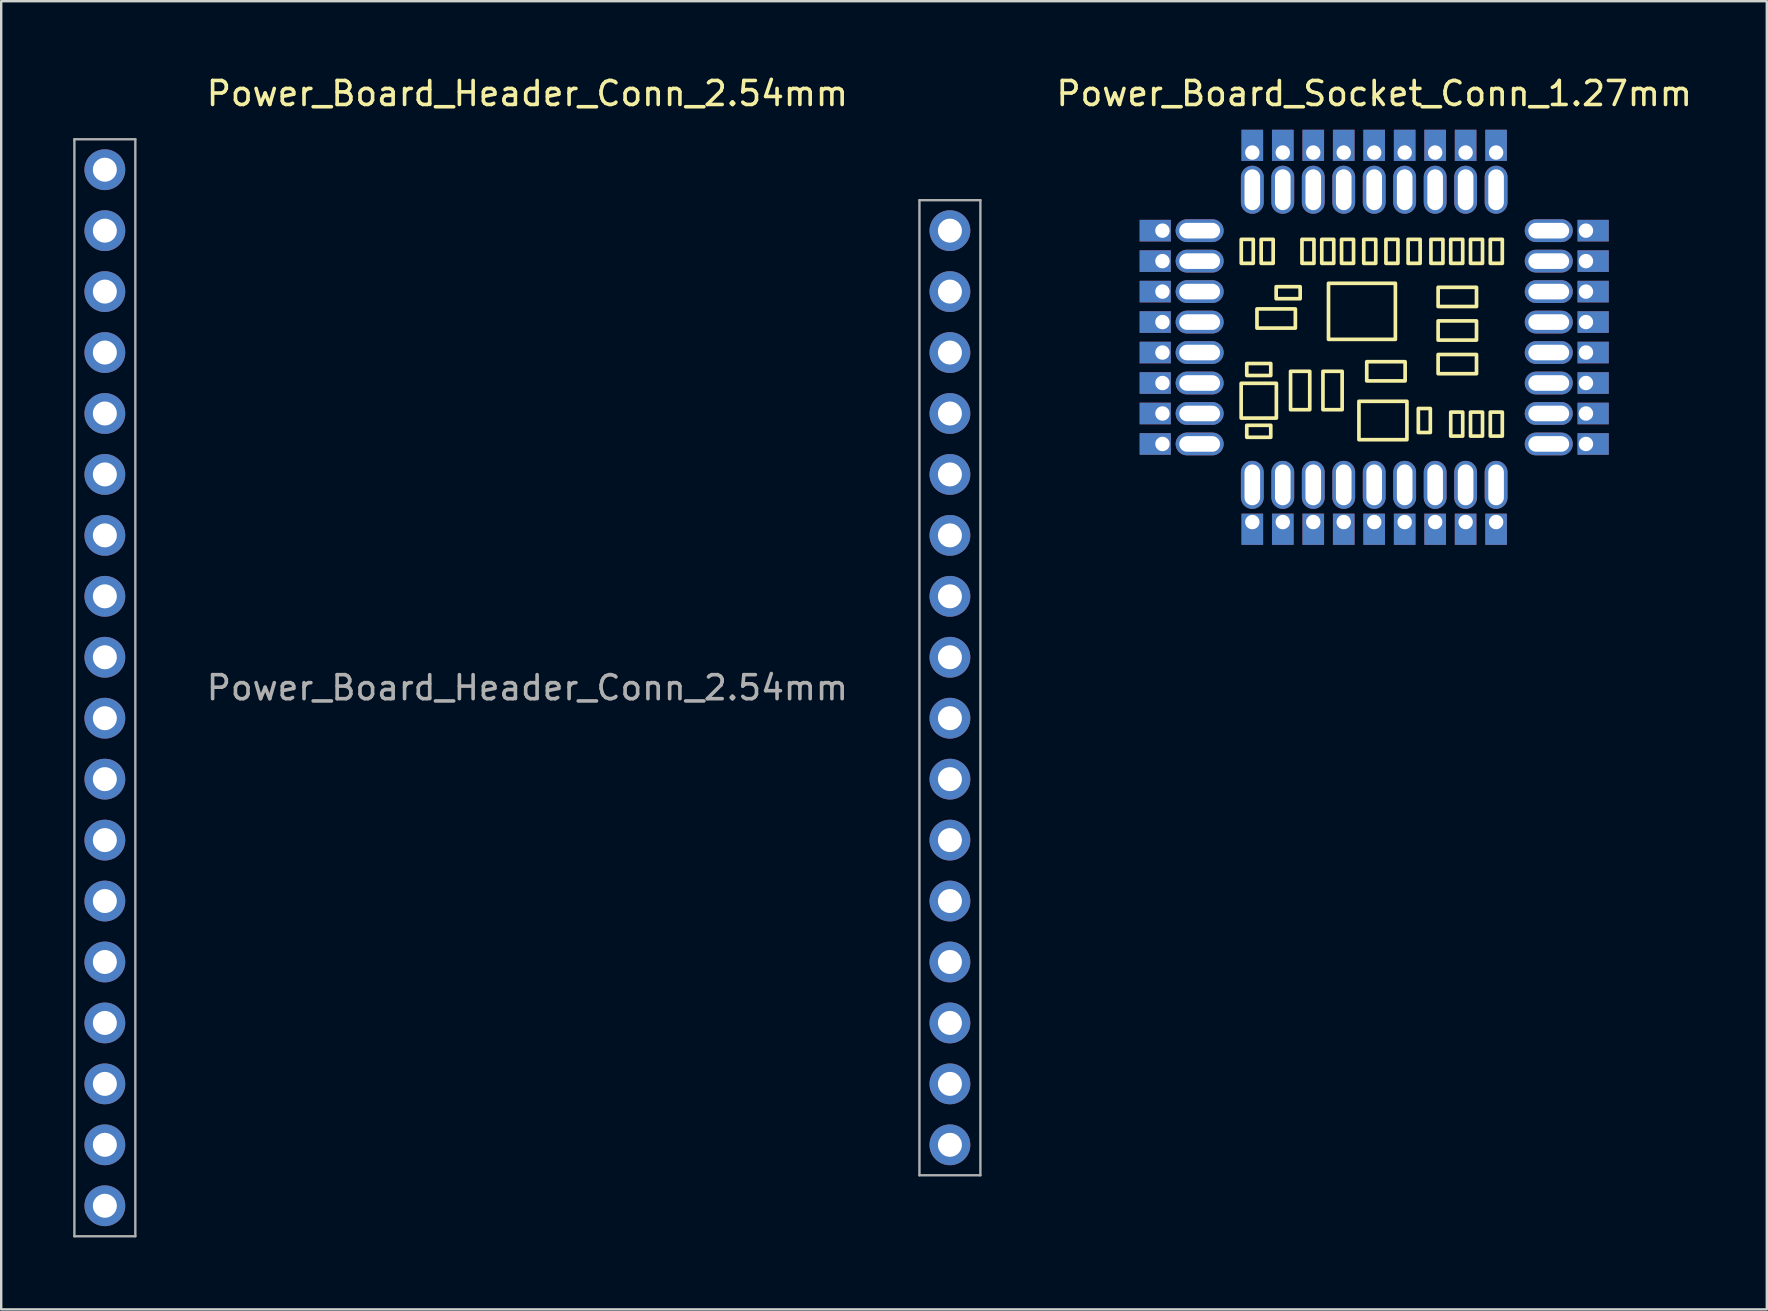
<source format=kicad_pcb>
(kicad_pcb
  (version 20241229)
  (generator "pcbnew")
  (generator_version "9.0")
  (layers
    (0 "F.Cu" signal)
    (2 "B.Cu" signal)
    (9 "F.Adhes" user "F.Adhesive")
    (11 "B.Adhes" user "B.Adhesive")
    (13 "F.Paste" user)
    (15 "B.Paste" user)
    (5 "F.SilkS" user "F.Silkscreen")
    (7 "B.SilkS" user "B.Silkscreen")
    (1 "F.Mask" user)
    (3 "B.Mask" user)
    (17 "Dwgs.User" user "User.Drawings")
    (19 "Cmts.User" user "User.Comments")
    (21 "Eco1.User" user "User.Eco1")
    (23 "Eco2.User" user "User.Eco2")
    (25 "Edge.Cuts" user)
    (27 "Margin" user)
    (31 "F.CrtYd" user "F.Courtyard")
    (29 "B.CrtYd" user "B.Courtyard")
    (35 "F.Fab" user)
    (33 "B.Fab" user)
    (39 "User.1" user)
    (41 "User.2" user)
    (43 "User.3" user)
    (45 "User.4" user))
  (footprint "Power_Board_Header_Conn_2.54mm"
    (layer "F.Cu")
    (at 18.93 25.613)
    (property "Reference" "Power_Board_Header_Conn_2.54mm" (at 0 -24.765 0) (unlocked yes) (layer "F.SilkS") (effects (font (size 1 1) (thickness 0.15))))
    (attr smd)
    (fp_line (start -18.88 -22.86) (end -16.34 -22.86) (stroke (width 0.1) (type solid)) (layer "F.Fab"))
    (fp_line (start -18.88 22.86) (end -18.88 -22.86) (stroke (width 0.1) (type solid)) (layer "F.Fab"))
    (fp_line (start -16.34 -22.86) (end -16.34 22.86) (stroke (width 0.1) (type solid)) (layer "F.Fab"))
    (fp_line (start -16.34 22.86) (end -18.88 22.86) (stroke (width 0.1) (type solid)) (layer "F.Fab"))
    (fp_line (start 16.34 -20.32) (end 18.88 -20.32) (stroke (width 0.1) (type solid)) (layer "F.Fab"))
    (fp_line (start 16.34 20.32) (end 16.34 -20.32) (stroke (width 0.1) (type solid)) (layer "F.Fab"))
    (fp_line (start 18.88 -20.32) (end 18.88 20.32) (stroke (width 0.1) (type solid)) (layer "F.Fab"))
    (fp_line (start 18.88 20.32) (end 16.34 20.32) (stroke (width 0.1) (type solid)) (layer "F.Fab"))
    (fp_text user "${REFERENCE}" (at 0 0 0) (layer "F.Fab") (effects (font (size 1 1) (thickness 0.15))))
    (pad "1" thru_hole oval (at -17.61 -8.89) (size 1.7 1.7) (drill 1) (layers "*.Cu" "*.Mask"))
    (pad "2" thru_hole oval (at -17.61 -6.35) (size 1.7 1.7) (drill 1) (layers "*.Cu" "*.Mask"))
    (pad "3" thru_hole oval (at -17.61 -3.81) (size 1.7 1.7) (drill 1) (layers "*.Cu" "*.Mask"))
    (pad "4" thru_hole oval (at -17.61 -1.27) (size 1.7 1.7) (drill 1) (layers "*.Cu" "*.Mask"))
    (pad "5" thru_hole oval (at -17.61 1.27) (size 1.7 1.7) (drill 1) (layers "*.Cu" "*.Mask"))
    (pad "6" thru_hole oval (at -17.61 3.81) (size 1.7 1.7) (drill 1) (layers "*.Cu" "*.Mask"))
    (pad "7" thru_hole oval (at -17.61 6.35) (size 1.7 1.7) (drill 1) (layers "*.Cu" "*.Mask"))
    (pad "8" thru_hole oval (at -17.61 8.89) (size 1.7 1.7) (drill 1) (layers "*.Cu" "*.Mask"))
    (pad "9" thru_hole oval (at -17.61 11.43) (size 1.7 1.7) (drill 1) (layers "*.Cu" "*.Mask"))
    (pad "10" thru_hole oval (at -17.61 13.97) (size 1.7 1.7) (drill 1) (layers "*.Cu" "*.Mask"))
    (pad "11" thru_hole oval (at -17.61 16.51) (size 1.7 1.7) (drill 1) (layers "*.Cu" "*.Mask"))
    (pad "12" thru_hole oval (at -17.61 19.05) (size 1.7 1.7) (drill 1) (layers "*.Cu" "*.Mask"))
    (pad "13" thru_hole oval (at -17.61 21.59) (size 1.7 1.7) (drill 1) (layers "*.Cu" "*.Mask"))
    (pad "14" thru_hole oval (at 17.61 19.05) (size 1.7 1.7) (drill 1) (layers "*.Cu" "*.Mask"))
    (pad "15" thru_hole oval (at 17.61 16.51) (size 1.7 1.7) (drill 1) (layers "*.Cu" "*.Mask"))
    (pad "16" thru_hole oval (at 17.61 13.97) (size 1.7 1.7) (drill 1) (layers "*.Cu" "*.Mask"))
    (pad "17" thru_hole oval (at 17.61 11.43) (size 1.7 1.7) (drill 1) (layers "*.Cu" "*.Mask"))
    (pad "18" thru_hole oval (at 17.61 8.89) (size 1.7 1.7) (drill 1) (layers "*.Cu" "*.Mask"))
    (pad "19" thru_hole oval (at 17.61 6.35) (size 1.7 1.7) (drill 1) (layers "*.Cu" "*.Mask"))
    (pad "20" thru_hole oval (at 17.61 3.81) (size 1.7 1.7) (drill 1) (layers "*.Cu" "*.Mask"))
    (pad "21" thru_hole oval (at 17.61 1.27) (size 1.7 1.7) (drill 1) (layers "*.Cu" "*.Mask"))
    (pad "22" thru_hole oval (at 17.61 -1.27) (size 1.7 1.7) (drill 1) (layers "*.Cu" "*.Mask"))
    (pad "23" thru_hole oval (at 17.61 -3.81) (size 1.7 1.7) (drill 1) (layers "*.Cu" "*.Mask"))
    (pad "24" thru_hole oval (at 17.61 -6.35) (size 1.7 1.7) (drill 1) (layers "*.Cu" "*.Mask"))
    (pad "25" thru_hole oval (at 17.61 -8.89) (size 1.7 1.7) (drill 1) (layers "*.Cu" "*.Mask"))
    (pad "26" thru_hole oval (at 17.61 -11.43) (size 1.7 1.7) (drill 1) (layers "*.Cu" "*.Mask"))
    (pad "27" thru_hole oval (at 17.61 -13.97) (size 1.7 1.7) (drill 1) (layers "*.Cu" "*.Mask"))
    (pad "28" thru_hole oval (at 17.61 -16.51) (size 1.7 1.7) (drill 1) (layers "*.Cu" "*.Mask"))
    (pad "29" thru_hole oval (at 17.61 -19.05) (size 1.7 1.7) (drill 1) (layers "*.Cu" "*.Mask"))
    (pad "30" thru_hole oval (at -17.61 -21.59) (size 1.7 1.7) (drill 1) (layers "*.Cu" "*.Mask"))
    (pad "31" thru_hole oval (at -17.61 -19.05) (size 1.7 1.7) (drill 1) (layers "*.Cu" "*.Mask"))
    (pad "32" thru_hole oval (at -17.61 -16.51) (size 1.7 1.7) (drill 1) (layers "*.Cu" "*.Mask"))
    (pad "33" thru_hole oval (at -17.61 -13.97) (size 1.7 1.7) (drill 1) (layers "*.Cu" "*.Mask"))
    (pad "34" thru_hole oval (at -17.61 -11.43) (size 1.7 1.7) (drill 1) (layers "*.Cu" "*.Mask")))
  (footprint "Power_Board_Socket_Conn_1.27mm"
    (layer "F.Cu")
    (at 54.223 11.008)
    (property "Reference" "Power_Board_Socket_Conn_1.27mm" (at 0 -10.16 0) (unlocked yes) (layer "F.SilkS") (effects (font (size 1 1) (thickness 0.15))))
    (attr smd)
    (fp_poly (pts (xy -5.041 -3.083) (xy -5.541 -3.083) (xy -5.541 -4.083) (xy -5.041 -4.083)) (stroke (width 0.153) (type solid)) (fill no) (layer "F.SilkS"))
    (fp_poly (pts (xy -4.311 1.592) (xy -5.311 1.592) (xy -5.311 1.092) (xy -4.311 1.092)) (stroke (width 0.153) (type solid)) (fill no) (layer "F.SilkS"))
    (fp_poly (pts (xy -4.311 4.167) (xy -5.311 4.167) (xy -5.311 3.667) (xy -4.311 3.667)) (stroke (width 0.153) (type solid)) (fill no) (layer "F.SilkS"))
    (fp_poly (pts (xy -4.211 -3.083) (xy -4.711 -3.083) (xy -4.711 -4.083) (xy -4.211 -4.083)) (stroke (width 0.153) (type solid)) (fill no) (layer "F.SilkS"))
    (fp_poly (pts (xy -4.077 3.366) (xy -5.545 3.366) (xy -5.545 1.918) (xy -4.077 1.918)) (stroke (width 0.153) (type solid)) (fill no) (layer "F.SilkS"))
    (fp_poly (pts (xy -3.286 -0.383) (xy -4.886 -0.383) (xy -4.886 -1.183) (xy -3.286 -1.183)) (stroke (width 0.153) (type solid)) (fill no) (layer "F.SilkS"))
    (fp_poly (pts (xy -3.086 -1.608) (xy -4.086 -1.608) (xy -4.086 -2.108) (xy -3.086 -2.108)) (stroke (width 0.153) (type solid)) (fill no) (layer "F.SilkS"))
    (fp_poly (pts (xy -2.686 3.017) (xy -3.486 3.017) (xy -3.486 1.417) (xy -2.686 1.417)) (stroke (width 0.153) (type solid)) (fill no) (layer "F.SilkS"))
    (fp_poly (pts (xy -2.511 -3.083) (xy -3.011 -3.083) (xy -3.011 -4.083) (xy -2.511 -4.083)) (stroke (width 0.153) (type solid)) (fill no) (layer "F.SilkS"))
    (fp_poly (pts (xy -1.686 -3.083) (xy -2.186 -3.083) (xy -2.186 -4.083) (xy -1.686 -4.083)) (stroke (width 0.153) (type solid)) (fill no) (layer "F.SilkS"))
    (fp_poly (pts (xy -1.336 3.017) (xy -2.136 3.017) (xy -2.136 1.417) (xy -1.336 1.417)) (stroke (width 0.153) (type solid)) (fill no) (layer "F.SilkS"))
    (fp_poly (pts (xy -0.861 -3.083) (xy -1.361 -3.083) (xy -1.361 -4.083) (xy -0.861 -4.083)) (stroke (width 0.153) (type solid)) (fill no) (layer "F.SilkS"))
    (fp_poly (pts (xy 0.064 -3.083) (xy -0.436 -3.083) (xy -0.436 -4.083) (xy 0.064 -4.083)) (stroke (width 0.153) (type solid)) (fill no) (layer "F.SilkS"))
    (fp_poly (pts (xy 0.883 0.086) (xy -1.905 0.086) (xy -1.905 -2.252) (xy 0.883 -2.252)) (stroke (width 0.153) (type solid)) (fill no) (layer "F.SilkS"))
    (fp_poly (pts (xy 0.989 -3.083) (xy 0.489 -3.083) (xy 0.489 -4.083) (xy 0.989 -4.083)) (stroke (width 0.153) (type solid)) (fill no) (layer "F.SilkS"))
    (fp_poly (pts (xy 1.289 1.817) (xy -0.311 1.817) (xy -0.311 1.017) (xy 1.289 1.017)) (stroke (width 0.153) (type solid)) (fill no) (layer "F.SilkS"))
    (fp_poly (pts (xy 1.364 4.267) (xy -0.636 4.267) (xy -0.636 2.667) (xy 1.364 2.667)) (stroke (width 0.153) (type solid)) (fill no) (layer "F.SilkS"))
    (fp_poly (pts (xy 1.914 -3.083) (xy 1.414 -3.083) (xy 1.414 -4.083) (xy 1.914 -4.083)) (stroke (width 0.153) (type solid)) (fill no) (layer "F.SilkS"))
    (fp_poly (pts (xy 2.339 3.967) (xy 1.839 3.967) (xy 1.839 2.967) (xy 2.339 2.967)) (stroke (width 0.153) (type solid)) (fill no) (layer "F.SilkS"))
    (fp_poly (pts (xy 2.864 -3.083) (xy 2.364 -3.083) (xy 2.364 -4.083) (xy 2.864 -4.083)) (stroke (width 0.153) (type solid)) (fill no) (layer "F.SilkS"))
    (fp_poly (pts (xy 3.689 -3.083) (xy 3.189 -3.083) (xy 3.189 -4.083) (xy 3.689 -4.083)) (stroke (width 0.153) (type solid)) (fill no) (layer "F.SilkS"))
    (fp_poly (pts (xy 3.689 4.117) (xy 3.189 4.117) (xy 3.189 3.117) (xy 3.689 3.117)) (stroke (width 0.153) (type solid)) (fill no) (layer "F.SilkS"))
    (fp_poly (pts (xy 4.264 -1.283) (xy 2.664 -1.283) (xy 2.664 -2.083) (xy 4.264 -2.083)) (stroke (width 0.153) (type solid)) (fill no) (layer "F.SilkS"))
    (fp_poly (pts (xy 4.264 0.117) (xy 2.664 0.117) (xy 2.664 -0.683) (xy 4.264 -0.683)) (stroke (width 0.153) (type solid)) (fill no) (layer "F.SilkS"))
    (fp_poly (pts (xy 4.264 1.517) (xy 2.664 1.517) (xy 2.664 0.717) (xy 4.264 0.717)) (stroke (width 0.153) (type solid)) (fill no) (layer "F.SilkS"))
    (fp_poly (pts (xy 4.514 -3.083) (xy 4.014 -3.083) (xy 4.014 -4.083) (xy 4.514 -4.083)) (stroke (width 0.153) (type solid)) (fill no) (layer "F.SilkS"))
    (fp_poly (pts (xy 4.514 4.117) (xy 4.014 4.117) (xy 4.014 3.117) (xy 4.514 3.117)) (stroke (width 0.153) (type solid)) (fill no) (layer "F.SilkS"))
    (fp_poly (pts (xy 5.339 -3.083) (xy 4.839 -3.083) (xy 4.839 -4.083) (xy 5.339 -4.083)) (stroke (width 0.153) (type solid)) (fill no) (layer "F.SilkS"))
    (fp_poly (pts (xy 5.339 4.117) (xy 4.839 4.117) (xy 4.839 3.117) (xy 5.339 3.117)) (stroke (width 0.153) (type solid)) (fill no) (layer "F.SilkS"))
    (fp_rect (start -6.925 5.8) (end 6.925 -5.8) (stroke (width 0.1) (type default)) (fill no) (layer "User.1"))
    (pad "1" thru_hole rect (at -8.825 -4.445) (size 1.3 0.9) (drill 0.6 (offset -0.3 0)) (layers "*.Cu" "*.Mask"))
    (pad "1" thru_hole oval (at -7.275 -4.445) (size 2 0.95) (drill oval 1.7 0.65) (layers "*.Cu" "*.Mask"))
    (pad "2" thru_hole rect (at -8.825 -3.175) (size 1.3 0.9) (drill 0.6 (offset -0.3 0)) (layers "*.Cu" "*.Mask"))
    (pad "2" thru_hole oval (at -7.275 -3.175) (size 2 0.95) (drill oval 1.7 0.65) (layers "*.Cu" "*.Mask"))
    (pad "3" thru_hole rect (at -8.825 -1.905) (size 1.3 0.9) (drill 0.6 (offset -0.3 0)) (layers "*.Cu" "*.Mask"))
    (pad "3" thru_hole oval (at -7.275 -1.905) (size 2 0.95) (drill oval 1.7 0.65) (layers "*.Cu" "*.Mask"))
    (pad "4" thru_hole rect (at -8.825 -0.635) (size 1.3 0.9) (drill 0.6 (offset -0.3 0)) (layers "*.Cu" "*.Mask"))
    (pad "4" thru_hole oval (at -7.275 -0.635) (size 2 0.95) (drill oval 1.7 0.65) (layers "*.Cu" "*.Mask"))
    (pad "5" thru_hole rect (at -8.825 0.635) (size 1.3 0.9) (drill 0.6 (offset -0.3 0)) (layers "*.Cu" "*.Mask"))
    (pad "5" thru_hole oval (at -7.275 0.635) (size 2 0.95) (drill oval 1.7 0.65) (layers "*.Cu" "*.Mask"))
    (pad "6" thru_hole rect (at -8.825 1.905) (size 1.3 0.9) (drill 0.6 (offset -0.3 0)) (layers "*.Cu" "*.Mask"))
    (pad "6" thru_hole oval (at -7.275 1.905) (size 2 0.95) (drill oval 1.7 0.65) (layers "*.Cu" "*.Mask"))
    (pad "7" thru_hole rect (at -8.825 3.175) (size 1.3 0.9) (drill 0.6 (offset -0.3 0)) (layers "*.Cu" "*.Mask"))
    (pad "7" thru_hole oval (at -7.275 3.175) (size 2 0.95) (drill oval 1.7 0.65) (layers "*.Cu" "*.Mask"))
    (pad "8" thru_hole rect (at -8.825 4.445) (size 1.3 0.9) (drill 0.6 (offset -0.3 0)) (layers "*.Cu" "*.Mask"))
    (pad "8" thru_hole oval (at -7.275 4.445) (size 2 0.95) (drill oval 1.7 0.65) (layers "*.Cu" "*.Mask"))
    (pad "9" thru_hole oval (at -5.08 6.15 90) (size 2 0.95) (drill oval 1.7 0.65) (layers "*.Cu" "*.Mask"))
    (pad "9" thru_hole rect (at -5.08 7.7 90) (size 1.3 0.9) (drill 0.6 (offset -0.3 0)) (layers "*.Cu" "*.Mask"))
    (pad "10" thru_hole oval (at -3.81 6.15 90) (size 2 0.95) (drill oval 1.7 0.65) (layers "*.Cu" "*.Mask"))
    (pad "10" thru_hole rect (at -3.81 7.7 90) (size 1.3 0.9) (drill 0.6 (offset -0.3 0)) (layers "*.Cu" "*.Mask"))
    (pad "11" thru_hole oval (at -2.54 6.15 90) (size 2 0.95) (drill oval 1.7 0.65) (layers "*.Cu" "*.Mask"))
    (pad "11" thru_hole rect (at -2.54 7.7 90) (size 1.3 0.9) (drill 0.6 (offset -0.3 0)) (layers "*.Cu" "*.Mask"))
    (pad "12" thru_hole oval (at -1.27 6.15 90) (size 2 0.95) (drill oval 1.7 0.65) (layers "*.Cu" "*.Mask"))
    (pad "12" thru_hole rect (at -1.27 7.7 90) (size 1.3 0.9) (drill 0.6 (offset -0.3 0)) (layers "*.Cu" "*.Mask"))
    (pad "13" thru_hole oval (at 0 6.15 90) (size 2 0.95) (drill oval 1.7 0.65) (layers "*.Cu" "*.Mask"))
    (pad "13" thru_hole rect (at 0 7.7 90) (size 1.3 0.9) (drill 0.6 (offset -0.3 0)) (layers "*.Cu" "*.Mask"))
    (pad "14" thru_hole oval (at 1.27 6.15 90) (size 2 0.95) (drill oval 1.7 0.65) (layers "*.Cu" "*.Mask"))
    (pad "14" thru_hole rect (at 1.27 7.7 90) (size 1.3 0.9) (drill 0.6 (offset -0.3 0)) (layers "*.Cu" "*.Mask"))
    (pad "15" thru_hole oval (at 2.54 6.15 90) (size 2 0.95) (drill oval 1.7 0.65) (layers "*.Cu" "*.Mask"))
    (pad "15" thru_hole rect (at 2.54 7.7 90) (size 1.3 0.9) (drill 0.6 (offset -0.3 0)) (layers "*.Cu" "*.Mask"))
    (pad "16" thru_hole oval (at 3.81 6.15 90) (size 2 0.95) (drill oval 1.7 0.65) (layers "*.Cu" "*.Mask"))
    (pad "16" thru_hole rect (at 3.81 7.7 90) (size 1.3 0.9) (drill 0.6 (offset -0.3 0)) (layers "*.Cu" "*.Mask"))
    (pad "17" thru_hole oval (at 5.08 6.15 90) (size 2 0.95) (drill oval 1.7 0.65) (layers "*.Cu" "*.Mask"))
    (pad "17" thru_hole rect (at 5.08 7.7 90) (size 1.3 0.9) (drill 0.6 (offset -0.3 0)) (layers "*.Cu" "*.Mask"))
    (pad "18" thru_hole oval (at 7.275 4.445 180) (size 2 0.95) (drill oval 1.7 0.65) (layers "*.Cu" "*.Mask"))
    (pad "18" thru_hole rect (at 8.825 4.445 180) (size 1.3 0.9) (drill 0.6 (offset -0.3 0)) (layers "*.Cu" "*.Mask"))
    (pad "19" thru_hole oval (at 7.275 3.175 180) (size 2 0.95) (drill oval 1.7 0.65) (layers "*.Cu" "*.Mask"))
    (pad "19" thru_hole rect (at 8.825 3.175 180) (size 1.3 0.9) (drill 0.6 (offset -0.3 0)) (layers "*.Cu" "*.Mask"))
    (pad "20" thru_hole oval (at 7.275 1.905 180) (size 2 0.95) (drill oval 1.7 0.65) (layers "*.Cu" "*.Mask"))
    (pad "20" thru_hole rect (at 8.825 1.905 180) (size 1.3 0.9) (drill 0.6 (offset -0.3 0)) (layers "*.Cu" "*.Mask"))
    (pad "21" thru_hole oval (at 7.275 0.635 180) (size 2 0.95) (drill oval 1.7 0.65) (layers "*.Cu" "*.Mask"))
    (pad "21" thru_hole rect (at 8.825 0.635 180) (size 1.3 0.9) (drill 0.6 (offset -0.3 0)) (layers "*.Cu" "*.Mask"))
    (pad "22" thru_hole oval (at 7.275 -0.635 180) (size 2 0.95) (drill oval 1.7 0.65) (layers "*.Cu" "*.Mask"))
    (pad "22" thru_hole rect (at 8.825 -0.635 180) (size 1.3 0.9) (drill 0.6 (offset -0.3 0)) (layers "*.Cu" "*.Mask"))
    (pad "23" thru_hole oval (at 7.275 -1.905 180) (size 2 0.95) (drill oval 1.7 0.65) (layers "*.Cu" "*.Mask"))
    (pad "23" thru_hole rect (at 8.825 -1.905 180) (size 1.3 0.9) (drill 0.6 (offset -0.3 0)) (layers "*.Cu" "*.Mask"))
    (pad "24" thru_hole oval (at 7.275 -3.175 180) (size 2 0.95) (drill oval 1.7 0.65) (layers "*.Cu" "*.Mask"))
    (pad "24" thru_hole rect (at 8.825 -3.175 180) (size 1.3 0.9) (drill 0.6 (offset -0.3 0)) (layers "*.Cu" "*.Mask"))
    (pad "25" thru_hole oval (at 7.275 -4.445 180) (size 2 0.95) (drill oval 1.7 0.65) (layers "*.Cu" "*.Mask"))
    (pad "25" thru_hole rect (at 8.825 -4.445 180) (size 1.3 0.9) (drill 0.6 (offset -0.3 0)) (layers "*.Cu" "*.Mask"))
    (pad "26" thru_hole rect (at 5.08 -7.7 270) (size 1.3 0.9) (drill 0.6 (offset -0.3 0)) (layers "*.Cu" "*.Mask"))
    (pad "26" thru_hole oval (at 5.08 -6.15 270) (size 2 0.95) (drill oval 1.7 0.65) (layers "*.Cu" "*.Mask"))
    (pad "27" thru_hole rect (at 3.81 -7.7 270) (size 1.3 0.9) (drill 0.6 (offset -0.3 0)) (layers "*.Cu" "*.Mask"))
    (pad "27" thru_hole oval (at 3.81 -6.15 270) (size 2 0.95) (drill oval 1.7 0.65) (layers "*.Cu" "*.Mask"))
    (pad "28" thru_hole rect (at 2.54 -7.7 270) (size 1.3 0.9) (drill 0.6 (offset -0.3 0)) (layers "*.Cu" "*.Mask"))
    (pad "28" thru_hole oval (at 2.54 -6.15 270) (size 2 0.95) (drill oval 1.7 0.65) (layers "*.Cu" "*.Mask"))
    (pad "29" thru_hole rect (at 1.27 -7.7 270) (size 1.3 0.9) (drill 0.6 (offset -0.3 0)) (layers "*.Cu" "*.Mask"))
    (pad "29" thru_hole oval (at 1.27 -6.15 270) (size 2 0.95) (drill oval 1.7 0.65) (layers "*.Cu" "*.Mask"))
    (pad "30" thru_hole rect (at 0 -7.7 270) (size 1.3 0.9) (drill 0.6 (offset -0.3 0)) (layers "*.Cu" "*.Mask"))
    (pad "30" thru_hole oval (at 0 -6.15 270) (size 2 0.95) (drill oval 1.7 0.65) (layers "*.Cu" "*.Mask"))
    (pad "31" thru_hole rect (at -1.27 -7.7 270) (size 1.3 0.9) (drill 0.6 (offset -0.3 0)) (layers "*.Cu" "*.Mask"))
    (pad "31" thru_hole oval (at -1.27 -6.15 270) (size 2 0.95) (drill oval 1.7 0.65) (layers "*.Cu" "*.Mask"))
    (pad "32" thru_hole rect (at -2.54 -7.7 270) (size 1.3 0.9) (drill 0.6 (offset -0.3 0)) (layers "*.Cu" "*.Mask"))
    (pad "32" thru_hole oval (at -2.54 -6.15 270) (size 2 0.95) (drill oval 1.7 0.65) (layers "*.Cu" "*.Mask"))
    (pad "33" thru_hole rect (at -3.81 -7.7 270) (size 1.3 0.9) (drill 0.6 (offset -0.3 0)) (layers "*.Cu" "*.Mask"))
    (pad "33" thru_hole oval (at -3.81 -6.15 270) (size 2 0.95) (drill oval 1.7 0.65) (layers "*.Cu" "*.Mask"))
    (pad "34" thru_hole rect (at -5.08 -7.7 270) (size 1.3 0.9) (drill 0.6 (offset -0.3 0)) (layers "*.Cu" "*.Mask"))
    (pad "34" thru_hole oval (at -5.08 -6.15 270) (size 2 0.95) (drill oval 1.7 0.65) (layers "*.Cu" "*.Mask")))
  (gr_rect
    (start -3 -3)
    (end 70.586 51.523)
    (stroke (width 0.1) (type default))
    (fill no)
    (layer "Edge.Cuts")))
</source>
